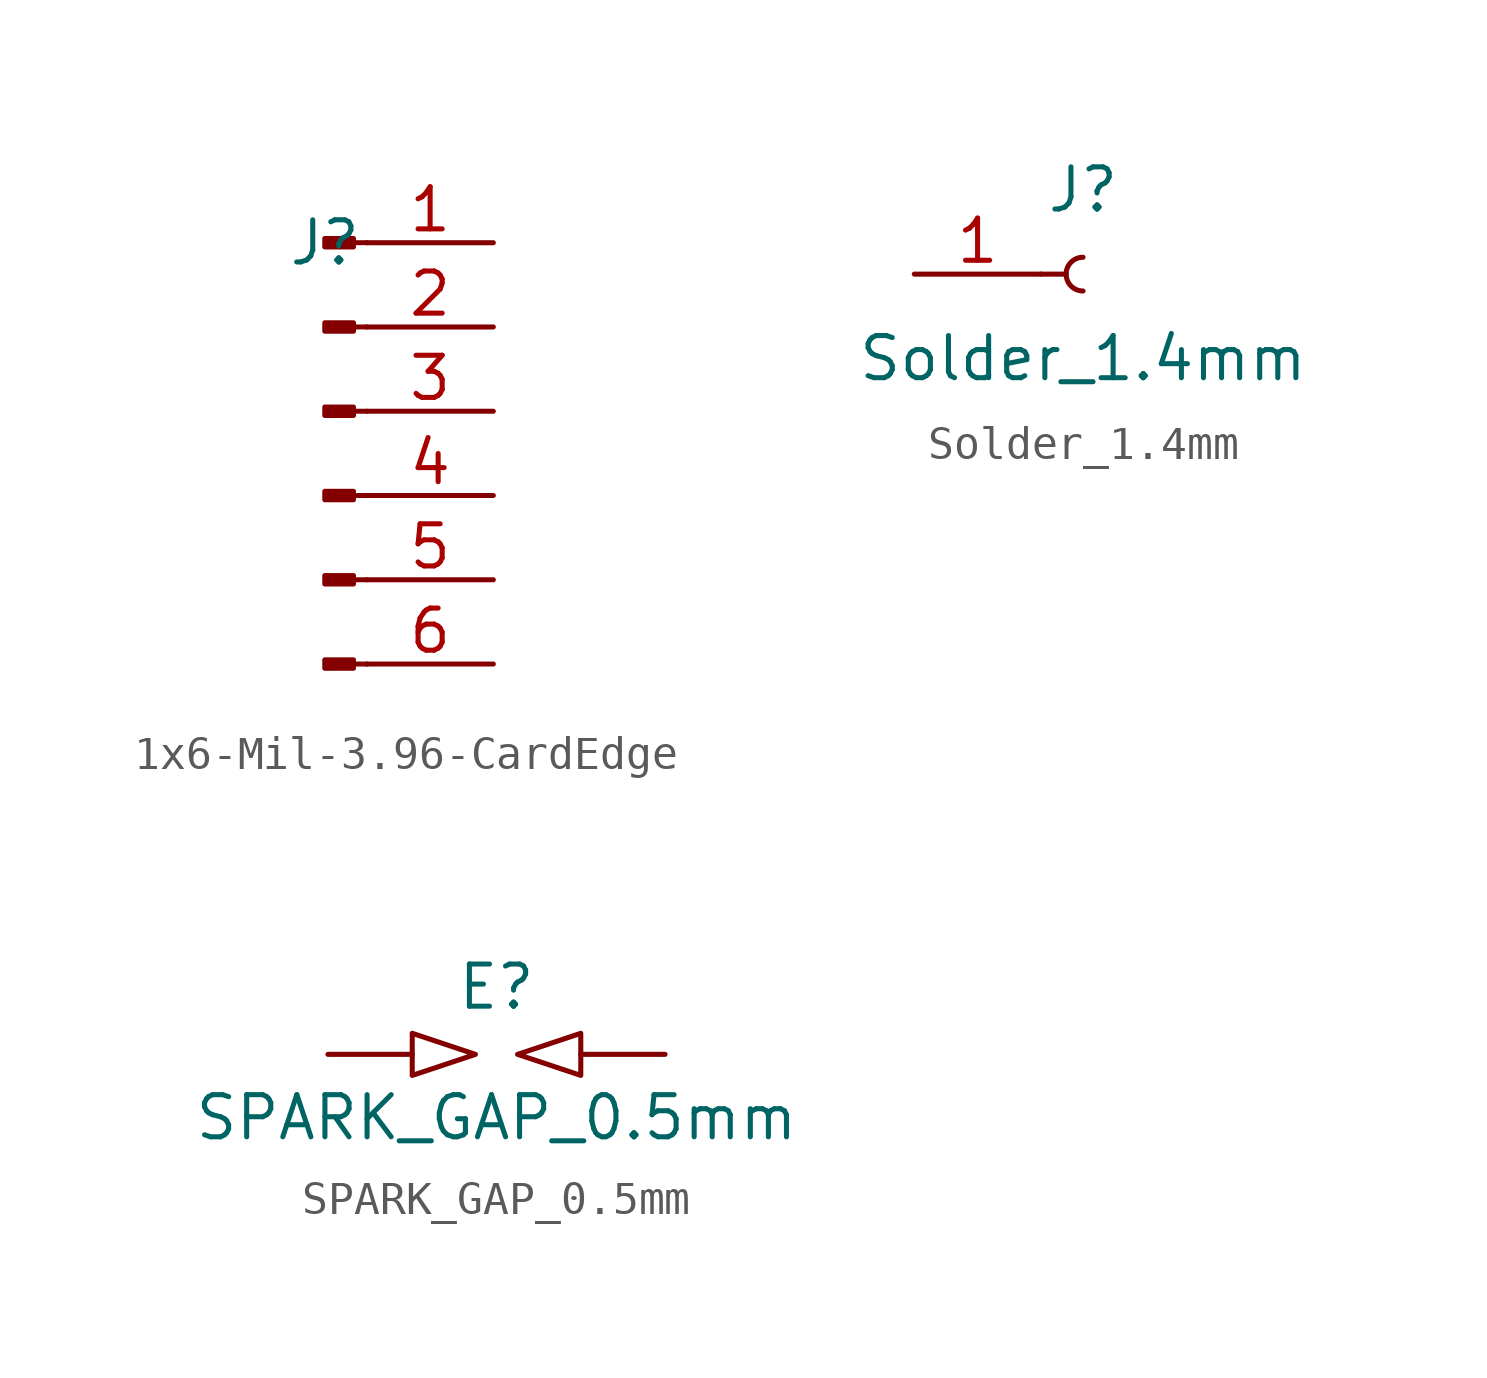
<source format=kicad_sym>
(kicad_symbol_lib
  (version 20220914)
  (generator kicad_symbol_editor)
  (symbol "1x6-Mil-3.96-CardEdge"
    (pin_names hide)
    (property "Reference" "J"
      (at 0 0 0)
      (effects (font (size 1.27 1.27))))
    (property "Value" ""
      (at 0 0 0)
      (effects (font (size 1.27 1.27))))
    (symbol "1x6-Mil-3.96-CardEdge_1_1"
      (polyline (pts (xy 1.27 -12.7) (xy 0.864 -12.7)) (stroke (width 0.152) (type default)) (fill (type none)))
      (polyline (pts (xy 1.27 -10.16) (xy 0.864 -10.16)) (stroke (width 0.152) (type default)) (fill (type none)))
      (polyline (pts (xy 1.27 -7.62) (xy 0.864 -7.62)) (stroke (width 0.152) (type default)) (fill (type none)))
      (polyline (pts (xy 1.27 -5.08) (xy 0.864 -5.08)) (stroke (width 0.152) (type default)) (fill (type none)))
      (polyline (pts (xy 1.27 -2.54) (xy 0.864 -2.54)) (stroke (width 0.152) (type default)) (fill (type none)))
      (polyline (pts (xy 1.27 0) (xy 0.864 0)) (stroke (width 0.152) (type default)) (fill (type none)))
      (rectangle (start 0.864 -12.573) (end 0 -12.827) (stroke (width 0.152) (type default)) (fill (type outline)))
      (rectangle (start 0.864 -10.033) (end 0 -10.287) (stroke (width 0.152) (type default)) (fill (type outline)))
      (rectangle (start 0.864 -7.493) (end 0 -7.747) (stroke (width 0.152) (type default)) (fill (type outline)))
      (rectangle (start 0.864 -4.953) (end 0 -5.207) (stroke (width 0.152) (type default)) (fill (type outline)))
      (rectangle (start 0.864 -2.413) (end 0 -2.667) (stroke (width 0.152) (type default)) (fill (type outline)))
      (rectangle (start 0.864 0.127) (end 0 -0.127) (stroke (width 0.152) (type default)) (fill (type outline)))
      (pin passive line (at 5.08 0 180) (length 3.81) (name "Pin_1" (effects (font (size 1.27 1.27)))) (number "1" (effects (font (size 1.27 1.27)))))
      (pin passive line (at 5.08 -2.54 180) (length 3.81) (name "Pin_2" (effects (font (size 1.27 1.27)))) (number "2" (effects (font (size 1.27 1.27)))))
      (pin passive line (at 5.08 -5.08 180) (length 3.81) (name "Pin_3" (effects (font (size 1.27 1.27)))) (number "3" (effects (font (size 1.27 1.27)))))
      (pin passive line (at 5.08 -7.62 180) (length 3.81) (name "Pin_4" (effects (font (size 1.27 1.27)))) (number "4" (effects (font (size 1.27 1.27)))))
      (pin passive line (at 5.08 -10.16 180) (length 3.81) (name "Pin_5" (effects (font (size 1.27 1.27)))) (number "5" (effects (font (size 1.27 1.27)))))
      (pin passive line (at 5.08 -12.7 180) (length 3.81) (name "Pin_6" (effects (font (size 1.27 1.27)))) (number "6" (effects (font (size 1.27 1.27)))))))
  (symbol "Solder_1.4mm"
    (pin_names
      (offset 1.016) hide)
    (property "Reference" "J"
      (at 0 2.54 0)
      (effects (font (size 1.27 1.27))))
    (property "Value" "Solder_1.4mm"
      (at 0 -2.54 0)
      (effects (font (size 1.27 1.27))))
    (symbol "Solder_1.4mm_1_1"
      (polyline (pts (xy -1.27 0) (xy -0.508 0)) (stroke (width 0.152) (type solid)) (fill (type none)))
      (arc (start 0 0.508) (mid -0.5058 0) (end 0 -0.508) (stroke (width 0.1524) (type solid)) (fill (type none)))
      (pin passive line (at -5.08 0 0) (length 3.81) (name "Pin_1" (effects (font (size 1.27 1.27)))) (number "1" (effects (font (size 1.27 1.27)))))))
  (symbol "SPARK_GAP_0.5mm"
    (pin_numbers hide)
    (pin_names
      (offset 0))
    (property "Reference" "E"
      (at 0 2.032 0)
      (effects (font (size 1.27 1.27))))
    (property "Value" "SPARK_GAP_0.5mm"
      (at 0 -1.905 0)
      (effects (font (size 1.27 1.27))))
    (symbol "SPARK_GAP_0.5mm_0_1"
      (polyline (pts (xy -2.54 0.635) (xy -2.54 -0.635) (xy -0.635 0) (xy -2.54 0.635)) (stroke (width 0) (type solid)) (fill (type none)))
      (polyline (pts (xy 2.54 0.635) (xy 2.54 -0.635) (xy 0.635 0) (xy 2.54 0.635)) (stroke (width 0) (type solid)) (fill (type none))))
    (symbol "SPARK_GAP_0.5mm_1_1"
      (pin passive line (at -5.08 0 0) (length 2.54) (name "~" (effects (font (size 1.27 1.27)))) (number "1" (effects (font (size 1.27 1.27)))))
      (pin passive line (at 5.08 0 180) (length 2.54) (name "~" (effects (font (size 1.27 1.27)))) (number "2" (effects (font (size 1.27 1.27))))))))
</source>
